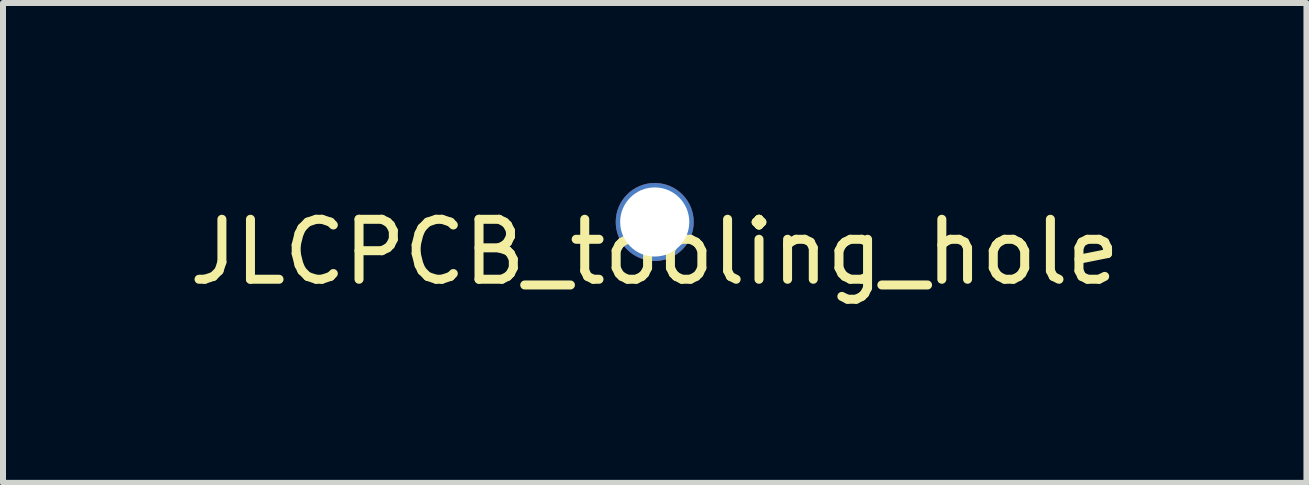
<source format=kicad_pcb>
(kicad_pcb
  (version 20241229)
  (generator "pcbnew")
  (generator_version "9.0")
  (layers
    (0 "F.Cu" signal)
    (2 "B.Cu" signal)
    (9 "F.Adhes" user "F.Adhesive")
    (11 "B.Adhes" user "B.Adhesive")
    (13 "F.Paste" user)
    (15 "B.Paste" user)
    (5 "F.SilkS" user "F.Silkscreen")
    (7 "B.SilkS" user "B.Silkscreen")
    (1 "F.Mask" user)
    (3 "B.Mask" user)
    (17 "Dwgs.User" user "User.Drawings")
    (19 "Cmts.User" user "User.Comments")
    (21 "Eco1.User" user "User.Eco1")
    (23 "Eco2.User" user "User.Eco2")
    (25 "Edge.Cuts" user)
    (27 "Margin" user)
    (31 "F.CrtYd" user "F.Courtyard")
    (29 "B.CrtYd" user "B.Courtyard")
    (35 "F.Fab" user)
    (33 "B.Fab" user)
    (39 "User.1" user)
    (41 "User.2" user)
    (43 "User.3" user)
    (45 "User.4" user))
  (footprint "JLCPCB_tooling_hole"
    (layer "F.Cu")
    (at 7.863 0.65)
    (property "Reference" "JLCPCB_tooling_hole" (at 0 0.5 0) (layer "F.SilkS") (effects (font (size 1 1) (thickness 0.15))))
    (attr through_hole)
    (pad "" np_thru_hole circle (at 0 0) (size 1.3 1.3) (drill 1.152) (layers "*.Cu" "*.Mask")))
  (gr_rect
    (start -3 -3)
    (end 18.726 4.998)
    (stroke (width 0.1) (type default))
    (fill no)
    (layer "Edge.Cuts")))
</source>
